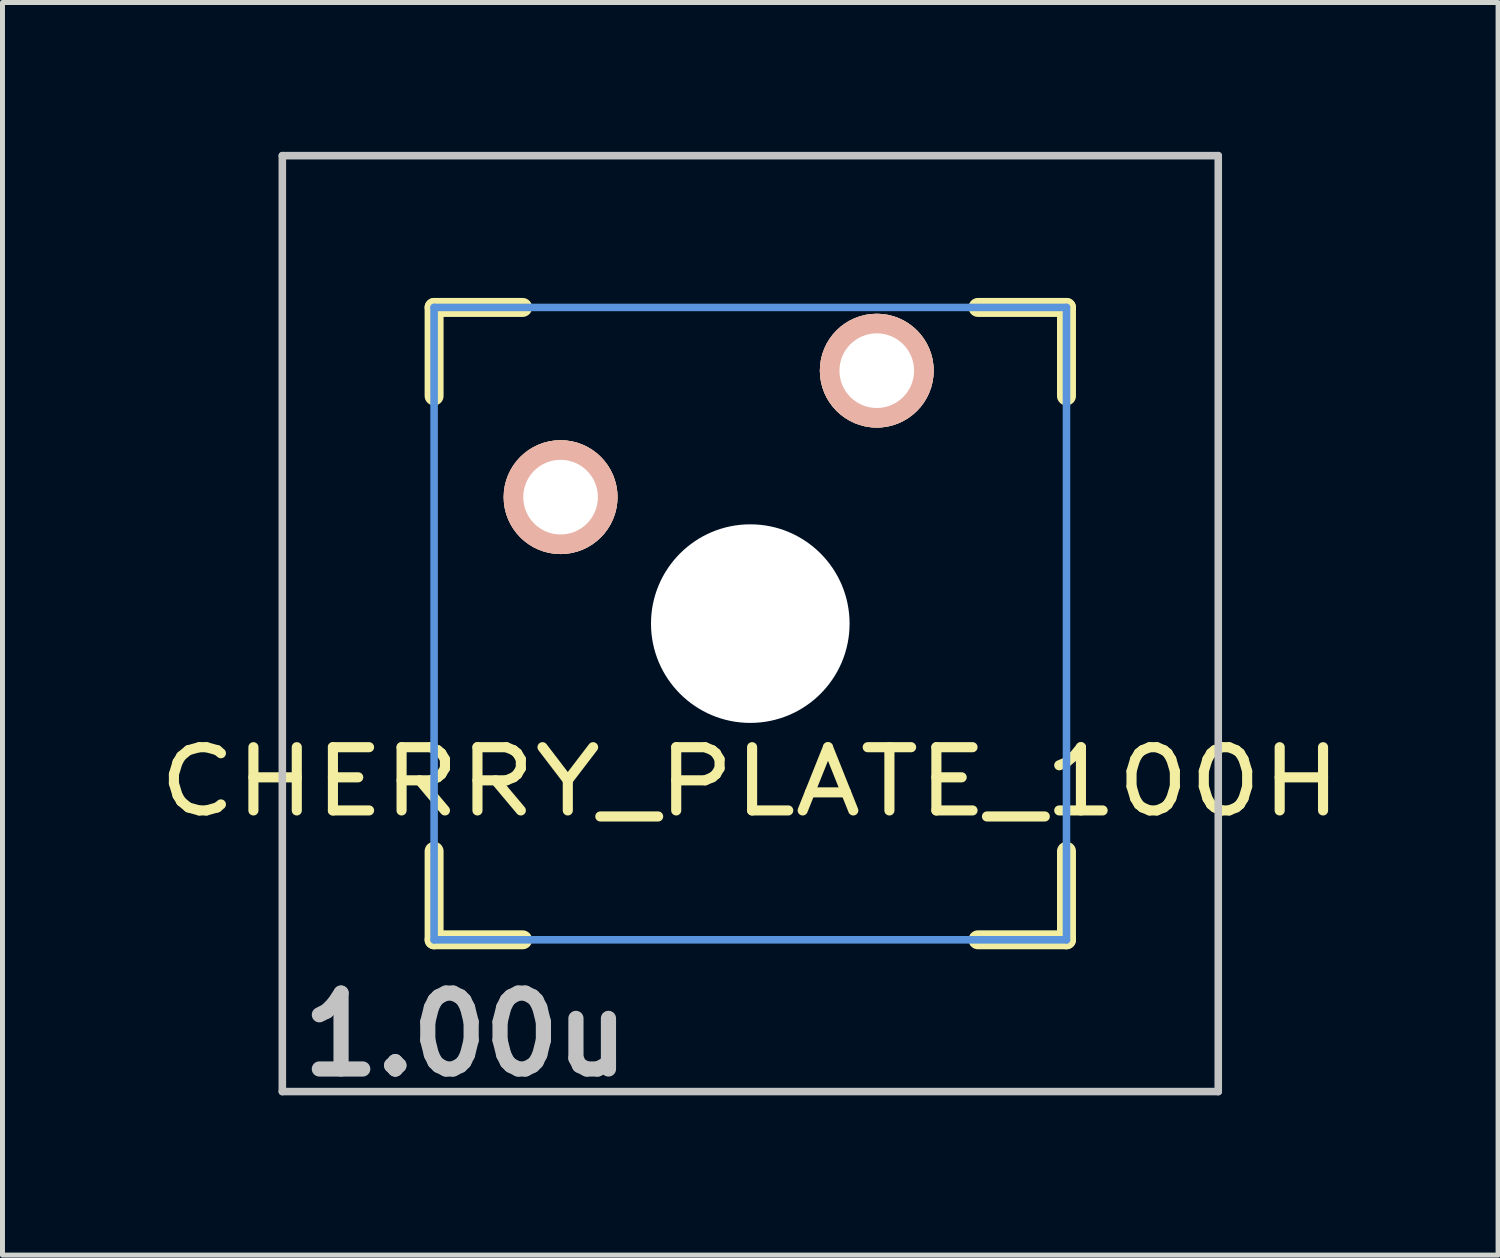
<source format=kicad_pcb>
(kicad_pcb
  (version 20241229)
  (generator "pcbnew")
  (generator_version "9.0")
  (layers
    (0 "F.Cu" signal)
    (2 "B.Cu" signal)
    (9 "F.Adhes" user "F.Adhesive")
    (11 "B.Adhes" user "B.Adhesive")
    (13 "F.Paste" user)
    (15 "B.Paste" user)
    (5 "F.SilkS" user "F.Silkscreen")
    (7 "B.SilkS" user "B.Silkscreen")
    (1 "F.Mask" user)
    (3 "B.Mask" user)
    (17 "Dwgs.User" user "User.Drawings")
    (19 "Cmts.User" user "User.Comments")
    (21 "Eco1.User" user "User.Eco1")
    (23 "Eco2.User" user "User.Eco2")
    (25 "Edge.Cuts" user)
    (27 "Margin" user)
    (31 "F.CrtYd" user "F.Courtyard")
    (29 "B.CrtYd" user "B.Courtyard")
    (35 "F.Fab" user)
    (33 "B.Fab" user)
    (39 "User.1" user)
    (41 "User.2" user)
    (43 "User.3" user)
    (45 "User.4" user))
  (footprint "CHERRY_PLATE_100H"
    (layer "F.Cu")
    (at 12.018 9.474)
    (property "Reference" "CHERRY_PLATE_100H" (at 0 3.175 0) (layer "F.SilkS") (effects (font (size 1.27 1.524) (thickness 0.203))))
    (attr through_hole)
    (fp_line (start -6.35 -6.35) (end -4.572 -6.35) (stroke (width 0.381) (type solid)) (layer "F.SilkS"))
    (fp_line (start -6.35 -4.572) (end -6.35 -6.35) (stroke (width 0.381) (type solid)) (layer "F.SilkS"))
    (fp_line (start -6.35 6.35) (end -6.35 4.572) (stroke (width 0.381) (type solid)) (layer "F.SilkS"))
    (fp_line (start -4.572 6.35) (end -6.35 6.35) (stroke (width 0.381) (type solid)) (layer "F.SilkS"))
    (fp_line (start 4.572 -6.35) (end 6.35 -6.35) (stroke (width 0.381) (type solid)) (layer "F.SilkS"))
    (fp_line (start 6.35 -6.35) (end 6.35 -4.572) (stroke (width 0.381) (type solid)) (layer "F.SilkS"))
    (fp_line (start 6.35 4.572) (end 6.35 6.35) (stroke (width 0.381) (type solid)) (layer "F.SilkS"))
    (fp_line (start 6.35 6.35) (end 4.572 6.35) (stroke (width 0.381) (type solid)) (layer "F.SilkS"))
    (fp_line (start -9.398 -9.398) (end 9.398 -9.398) (stroke (width 0.152) (type solid)) (layer "Dwgs.User"))
    (fp_line (start -9.398 9.398) (end -9.398 -9.398) (stroke (width 0.152) (type solid)) (layer "Dwgs.User"))
    (fp_line (start 9.398 -9.398) (end 9.398 9.398) (stroke (width 0.152) (type solid)) (layer "Dwgs.User"))
    (fp_line (start 9.398 9.398) (end -9.398 9.398) (stroke (width 0.152) (type solid)) (layer "Dwgs.User"))
    (fp_line (start -6.35 -6.35) (end 6.35 -6.35) (stroke (width 0.152) (type solid)) (layer "Cmts.User"))
    (fp_line (start -6.35 6.35) (end -6.35 -6.35) (stroke (width 0.152) (type solid)) (layer "Cmts.User"))
    (fp_line (start 6.35 -6.35) (end 6.35 6.35) (stroke (width 0.152) (type solid)) (layer "Cmts.User"))
    (fp_line (start 6.35 6.35) (end -6.35 6.35) (stroke (width 0.152) (type solid)) (layer "Cmts.User"))
    (fp_text user "1.00u" (at -5.715 8.255 0) (layer "Dwgs.User") (effects (font (size 1.524 1.524) (thickness 0.305))))
    (pad "" np_thru_hole circle (at 0 0) (size 3.988 3.988) (drill 3.988) (layers "*.Cu"))
    (pad "1" thru_hole circle (at 2.54 -5.08) (size 2.286 2.286) (drill 1.499) (layers "*.Cu" "*.SilkS" "*.Mask"))
    (pad "2" thru_hole circle (at -3.81 -2.54) (size 2.286 2.286) (drill 1.499) (layers "*.Cu" "*.SilkS" "*.Mask")))
  (gr_rect
    (start -3 -3)
    (end 27.036 22.156)
    (stroke (width 0.1) (type default))
    (fill no)
    (layer "Edge.Cuts")))
</source>
